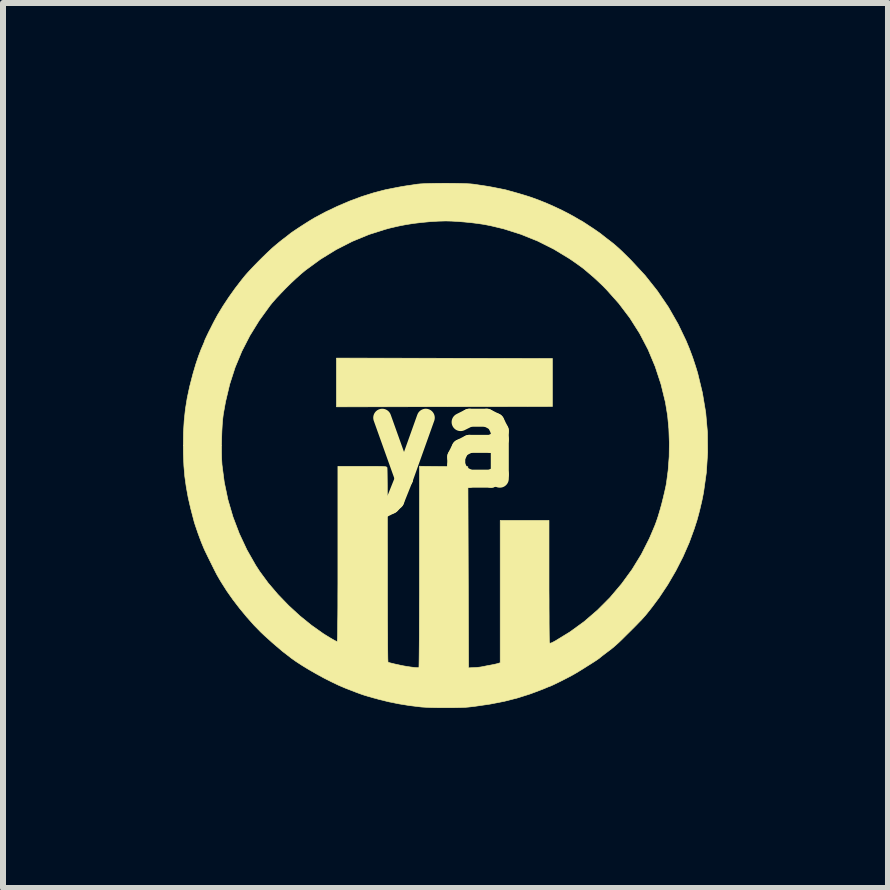
<source format=kicad_pcb>
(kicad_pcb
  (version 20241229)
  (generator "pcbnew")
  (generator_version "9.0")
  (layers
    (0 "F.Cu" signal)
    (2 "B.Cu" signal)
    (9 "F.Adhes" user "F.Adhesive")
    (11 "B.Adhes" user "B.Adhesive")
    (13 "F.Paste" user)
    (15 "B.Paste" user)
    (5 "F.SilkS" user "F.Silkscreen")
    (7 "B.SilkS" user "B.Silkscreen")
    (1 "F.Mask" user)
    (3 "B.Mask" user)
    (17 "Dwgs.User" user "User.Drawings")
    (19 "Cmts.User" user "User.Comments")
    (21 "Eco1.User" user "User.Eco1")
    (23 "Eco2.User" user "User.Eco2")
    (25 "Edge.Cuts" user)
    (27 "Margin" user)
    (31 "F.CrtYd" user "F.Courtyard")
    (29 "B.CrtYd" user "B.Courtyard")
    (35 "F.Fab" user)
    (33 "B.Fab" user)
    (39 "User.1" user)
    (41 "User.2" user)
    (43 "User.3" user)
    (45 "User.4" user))
  (footprint "ya"
    (layer "F.Cu")
    (at 4.373 4.239)
    (property "Reference" "ya" (at 0 0 0) (layer "F.SilkS") (effects (font (size 1.524 1.524) (thickness 0.3))))
    (attr through_hole)
    (fp_poly (pts (xy 1.784 -1.314) (xy 1.784 -0.514) (xy -0.016 -0.511) (xy -1.816 -0.508) (xy -1.816 -1.321) (xy 1.784 -1.314)) (stroke (width 0.01) (type solid)) (fill yes) (layer "F.SilkS"))
    (fp_poly (pts (xy 0.056 -4.234) (xy 0.162 -4.233) (xy 0.261 -4.231) (xy 0.349 -4.228) (xy 0.42 -4.224) (xy 0.47 -4.219) (xy 0.577 -4.203) (xy 0.664 -4.19) (xy 0.737 -4.178) (xy 0.801 -4.166) (xy 0.851 -4.156) (xy 0.902 -4.146) (xy 0.946 -4.137) (xy 0.976 -4.131) (xy 0.978 -4.131) (xy 1.009 -4.124) (xy 1.058 -4.11) (xy 1.121 -4.093) (xy 1.191 -4.073) (xy 1.263 -4.052) (xy 1.333 -4.031) (xy 1.393 -4.012) (xy 1.439 -3.997) (xy 1.441 -3.996) (xy 1.561 -3.952) (xy 1.69 -3.9) (xy 1.823 -3.841) (xy 1.952 -3.78) (xy 2.07 -3.719) (xy 2.172 -3.662) (xy 2.182 -3.656) (xy 2.221 -3.633) (xy 2.252 -3.615) (xy 2.268 -3.607) (xy 2.269 -3.607) (xy 2.281 -3.6) (xy 2.309 -3.582) (xy 2.349 -3.556) (xy 2.397 -3.524) (xy 2.448 -3.491) (xy 2.497 -3.458) (xy 2.54 -3.428) (xy 2.572 -3.406) (xy 2.589 -3.393) (xy 2.591 -3.392) (xy 2.603 -3.382) (xy 2.631 -3.36) (xy 2.67 -3.329) (xy 2.705 -3.302) (xy 2.759 -3.261) (xy 2.806 -3.224) (xy 2.849 -3.187) (xy 2.894 -3.147) (xy 2.944 -3.1) (xy 3.001 -3.044) (xy 3.072 -2.974) (xy 3.105 -2.94) (xy 3.329 -2.698) (xy 3.532 -2.442) (xy 3.716 -2.172) (xy 3.88 -1.885) (xy 4.012 -1.61) (xy 4.067 -1.477) (xy 4.122 -1.33) (xy 4.172 -1.178) (xy 4.205 -1.07) (xy 4.284 -0.742) (xy 4.339 -0.413) (xy 4.368 -0.082) (xy 4.371 0.251) (xy 4.35 0.584) (xy 4.303 0.919) (xy 4.285 1.01) (xy 4.274 1.064) (xy 4.258 1.131) (xy 4.241 1.204) (xy 4.223 1.275) (xy 4.206 1.337) (xy 4.193 1.384) (xy 4.191 1.391) (xy 4.181 1.421) (xy 4.166 1.467) (xy 4.15 1.518) (xy 4.148 1.524) (xy 4.064 1.754) (xy 3.961 1.989) (xy 3.841 2.224) (xy 3.707 2.454) (xy 3.562 2.672) (xy 3.451 2.821) (xy 3.407 2.878) (xy 3.37 2.924) (xy 3.337 2.965) (xy 3.304 3.002) (xy 3.269 3.041) (xy 3.227 3.084) (xy 3.176 3.137) (xy 3.111 3.202) (xy 3.08 3.233) (xy 3.005 3.307) (xy 2.945 3.367) (xy 2.895 3.415) (xy 2.851 3.455) (xy 2.811 3.49) (xy 2.77 3.524) (xy 2.724 3.559) (xy 2.68 3.592) (xy 2.638 3.624) (xy 2.603 3.651) (xy 2.582 3.668) (xy 2.578 3.672) (xy 2.563 3.684) (xy 2.529 3.708) (xy 2.482 3.739) (xy 2.424 3.776) (xy 2.36 3.816) (xy 2.294 3.858) (xy 2.229 3.898) (xy 2.169 3.934) (xy 2.118 3.963) (xy 2.102 3.972) (xy 2.049 4) (xy 1.989 4.031) (xy 1.926 4.063) (xy 1.865 4.093) (xy 1.811 4.119) (xy 1.768 4.139) (xy 1.74 4.151) (xy 1.732 4.153) (xy 1.718 4.158) (xy 1.69 4.17) (xy 1.673 4.177) (xy 1.64 4.191) (xy 1.599 4.207) (xy 1.547 4.227) (xy 1.48 4.252) (xy 1.407 4.279) (xy 1.205 4.343) (xy 0.982 4.4) (xy 0.741 4.447) (xy 0.486 4.484) (xy 0.391 4.495) (xy 0.333 4.5) (xy 0.255 4.503) (xy 0.163 4.505) (xy 0.061 4.506) (xy -0.045 4.506) (xy -0.148 4.505) (xy -0.245 4.503) (xy -0.329 4.499) (xy -0.395 4.495) (xy -0.413 4.493) (xy -0.602 4.47) (xy -0.774 4.442) (xy -0.939 4.409) (xy -1.106 4.368) (xy -1.194 4.344) (xy -1.245 4.329) (xy -1.292 4.316) (xy -1.325 4.306) (xy -1.327 4.306) (xy -1.364 4.294) (xy -1.419 4.275) (xy -1.487 4.25) (xy -1.564 4.22) (xy -1.645 4.189) (xy -1.67 4.179) (xy -1.778 4.133) (xy -1.897 4.076) (xy -2.022 4.013) (xy -2.148 3.944) (xy -2.272 3.873) (xy -2.387 3.803) (xy -2.49 3.736) (xy -2.576 3.675) (xy -2.604 3.652) (xy -2.637 3.627) (xy -2.674 3.598) (xy -2.68 3.594) (xy -2.716 3.566) (xy -2.765 3.524) (xy -2.824 3.474) (xy -2.888 3.419) (xy -2.951 3.362) (xy -3.01 3.309) (xy -3.059 3.263) (xy -3.074 3.249) (xy -3.19 3.13) (xy -3.309 2.996) (xy -3.428 2.852) (xy -3.541 2.705) (xy -3.643 2.56) (xy -3.73 2.423) (xy -3.74 2.407) (xy -3.766 2.364) (xy -3.789 2.323) (xy -3.8 2.305) (xy -3.813 2.281) (xy -3.834 2.24) (xy -3.862 2.185) (xy -3.893 2.122) (xy -3.926 2.056) (xy -3.958 1.991) (xy -3.986 1.933) (xy -4.009 1.886) (xy -4.023 1.854) (xy -4.026 1.848) (xy -4.038 1.819) (xy -4.053 1.782) (xy -4.055 1.778) (xy -4.073 1.733) (xy -4.096 1.672) (xy -4.122 1.601) (xy -4.147 1.528) (xy -4.17 1.461) (xy -4.187 1.407) (xy -4.191 1.391) (xy -4.244 1.188) (xy -4.287 1.001) (xy -4.319 0.824) (xy -4.343 0.652) (xy -4.358 0.477) (xy -4.366 0.293) (xy -4.367 0.247) (xy -3.731 0.247) (xy -3.729 0.352) (xy -3.724 0.441) (xy -3.723 0.457) (xy -3.685 0.749) (xy -3.624 1.041) (xy -3.54 1.327) (xy -3.434 1.606) (xy -3.308 1.875) (xy -3.163 2.13) (xy -3.095 2.235) (xy -2.954 2.427) (xy -2.792 2.617) (xy -2.615 2.801) (xy -2.427 2.974) (xy -2.232 3.132) (xy -2.036 3.271) (xy -1.99 3.3) (xy -1.916 3.345) (xy -1.861 3.377) (xy -1.825 3.396) (xy -1.804 3.404) (xy -1.803 3.404) (xy -1.801 3.391) (xy -1.799 3.353) (xy -1.797 3.292) (xy -1.796 3.206) (xy -1.795 3.097) (xy -1.793 2.965) (xy -1.792 2.81) (xy -1.792 2.634) (xy -1.791 2.437) (xy -1.791 2.218) (xy -1.791 1.979) (xy -1.791 1.943) (xy -1.791 0.483) (xy -1.386 0.483) (xy -1.273 0.483) (xy -1.182 0.483) (xy -1.112 0.484) (xy -1.06 0.485) (xy -1.023 0.487) (xy -0.998 0.49) (xy -0.983 0.494) (xy -0.975 0.499) (xy -0.973 0.503) (xy -0.972 0.518) (xy -0.971 0.557) (xy -0.97 0.618) (xy -0.969 0.7) (xy -0.968 0.802) (xy -0.968 0.921) (xy -0.967 1.056) (xy -0.967 1.206) (xy -0.966 1.368) (xy -0.966 1.543) (xy -0.966 1.727) (xy -0.965 1.92) (xy -0.965 2.12) (xy -0.965 2.131) (xy -0.965 2.331) (xy -0.965 2.524) (xy -0.965 2.708) (xy -0.964 2.883) (xy -0.964 3.045) (xy -0.963 3.195) (xy -0.962 3.33) (xy -0.962 3.448) (xy -0.961 3.549) (xy -0.96 3.631) (xy -0.959 3.692) (xy -0.957 3.731) (xy -0.956 3.746) (xy -0.956 3.746) (xy -0.947 3.751) (xy -0.928 3.757) (xy -0.896 3.765) (xy -0.847 3.777) (xy -0.778 3.792) (xy -0.756 3.797) (xy -0.697 3.809) (xy -0.633 3.82) (xy -0.571 3.829) (xy -0.515 3.836) (xy -0.471 3.839) (xy -0.445 3.839) (xy -0.441 3.838) (xy -0.44 3.825) (xy -0.439 3.788) (xy -0.438 3.729) (xy -0.437 3.649) (xy -0.436 3.549) (xy -0.435 3.431) (xy -0.434 3.297) (xy -0.434 3.148) (xy -0.433 2.985) (xy -0.433 2.81) (xy -0.432 2.625) (xy -0.432 2.431) (xy -0.432 2.229) (xy -0.432 2.158) (xy -0.432 0.482) (xy -0.029 0.486) (xy 0.375 0.489) (xy 0.387 3.842) (xy 0.47 3.838) (xy 0.525 3.835) (xy 0.579 3.829) (xy 0.61 3.824) (xy 0.654 3.815) (xy 0.709 3.804) (xy 0.749 3.797) (xy 0.8 3.787) (xy 0.846 3.777) (xy 0.873 3.77) (xy 0.914 3.757) (xy 0.914 1.384) (xy 1.727 1.384) (xy 1.727 2.393) (xy 1.727 2.551) (xy 1.728 2.702) (xy 1.728 2.844) (xy 1.729 2.975) (xy 1.729 3.093) (xy 1.73 3.196) (xy 1.731 3.282) (xy 1.732 3.349) (xy 1.733 3.396) (xy 1.735 3.419) (xy 1.735 3.422) (xy 1.742 3.431) (xy 1.756 3.43) (xy 1.783 3.419) (xy 1.826 3.396) (xy 1.827 3.396) (xy 2.075 3.244) (xy 2.312 3.072) (xy 2.536 2.879) (xy 2.745 2.669) (xy 2.937 2.442) (xy 3.112 2.202) (xy 3.267 1.949) (xy 3.4 1.686) (xy 3.468 1.527) (xy 3.483 1.491) (xy 3.492 1.47) (xy 3.516 1.406) (xy 3.544 1.323) (xy 3.573 1.226) (xy 3.603 1.12) (xy 3.63 1.012) (xy 3.655 0.907) (xy 3.676 0.811) (xy 3.685 0.762) (xy 3.713 0.549) (xy 3.73 0.323) (xy 3.733 0.091) (xy 3.725 -0.139) (xy 3.704 -0.362) (xy 3.67 -0.569) (xy 3.669 -0.578) (xy 3.594 -0.885) (xy 3.497 -1.18) (xy 3.379 -1.462) (xy 3.238 -1.732) (xy 3.075 -1.989) (xy 2.89 -2.233) (xy 2.683 -2.465) (xy 2.68 -2.468) (xy 2.622 -2.527) (xy 2.558 -2.588) (xy 2.497 -2.645) (xy 2.444 -2.692) (xy 2.438 -2.697) (xy 2.394 -2.734) (xy 2.358 -2.765) (xy 2.333 -2.786) (xy 2.324 -2.794) (xy 2.305 -2.81) (xy 2.269 -2.837) (xy 2.222 -2.871) (xy 2.169 -2.909) (xy 2.113 -2.948) (xy 2.064 -2.981) (xy 1.808 -3.136) (xy 1.539 -3.271) (xy 1.259 -3.384) (xy 0.972 -3.475) (xy 0.794 -3.518) (xy 0.75 -3.528) (xy 0.709 -3.536) (xy 0.705 -3.537) (xy 0.63 -3.551) (xy 0.535 -3.565) (xy 0.429 -3.578) (xy 0.317 -3.589) (xy 0.206 -3.598) (xy 0.102 -3.604) (xy 0.012 -3.606) (xy 0 -3.606) (xy -0.117 -3.603) (xy -0.249 -3.595) (xy -0.388 -3.582) (xy -0.525 -3.566) (xy -0.652 -3.546) (xy -0.737 -3.53) (xy -0.804 -3.516) (xy -0.855 -3.504) (xy -0.898 -3.494) (xy -0.94 -3.484) (xy -0.989 -3.47) (xy -0.991 -3.47) (xy -1.272 -3.381) (xy -1.549 -3.267) (xy -1.818 -3.13) (xy -2.08 -2.969) (xy -2.332 -2.785) (xy -2.338 -2.78) (xy -2.407 -2.723) (xy -2.487 -2.651) (xy -2.573 -2.571) (xy -2.66 -2.485) (xy -2.744 -2.398) (xy -2.821 -2.316) (xy -2.886 -2.242) (xy -2.923 -2.196) (xy -3.103 -1.947) (xy -3.259 -1.694) (xy -3.392 -1.435) (xy -3.504 -1.166) (xy -3.594 -0.887) (xy -3.664 -0.593) (xy -3.702 -0.381) (xy -3.711 -0.305) (xy -3.719 -0.21) (xy -3.725 -0.102) (xy -3.729 0.015) (xy -3.731 0.133) (xy -3.731 0.247) (xy -4.367 0.247) (xy -4.368 0.133) (xy -4.365 -0.081) (xy -4.353 -0.279) (xy -4.333 -0.468) (xy -4.303 -0.654) (xy -4.262 -0.846) (xy -4.209 -1.051) (xy -4.201 -1.079) (xy -4.158 -1.224) (xy -4.115 -1.352) (xy -4.07 -1.47) (xy -4.037 -1.546) (xy -4.023 -1.579) (xy -4.014 -1.602) (xy -4.013 -1.607) (xy -4.008 -1.622) (xy -3.992 -1.656) (xy -3.97 -1.703) (xy -3.942 -1.761) (xy -3.91 -1.823) (xy -3.878 -1.887) (xy -3.847 -1.947) (xy -3.818 -2) (xy -3.796 -2.041) (xy -3.795 -2.042) (xy -3.709 -2.184) (xy -3.61 -2.334) (xy -3.504 -2.483) (xy -3.397 -2.622) (xy -3.334 -2.7) (xy -3.296 -2.743) (xy -3.245 -2.798) (xy -3.185 -2.861) (xy -3.12 -2.928) (xy -3.053 -2.995) (xy -2.989 -3.057) (xy -2.931 -3.112) (xy -2.885 -3.155) (xy -2.862 -3.175) (xy -2.824 -3.207) (xy -2.791 -3.234) (xy -2.771 -3.251) (xy -2.75 -3.268) (xy -2.716 -3.295) (xy -2.676 -3.325) (xy -2.673 -3.327) (xy -2.636 -3.356) (xy -2.607 -3.379) (xy -2.591 -3.391) (xy -2.591 -3.392) (xy -2.576 -3.404) (xy -2.544 -3.426) (xy -2.498 -3.457) (xy -2.444 -3.493) (xy -2.384 -3.532) (xy -2.323 -3.571) (xy -2.266 -3.607) (xy -2.216 -3.637) (xy -2.178 -3.66) (xy -1.994 -3.758) (xy -1.799 -3.851) (xy -1.597 -3.937) (xy -1.396 -4.012) (xy -1.2 -4.074) (xy -1.017 -4.122) (xy -0.991 -4.128) (xy -0.901 -4.146) (xy -0.82 -4.162) (xy -0.741 -4.177) (xy -0.657 -4.191) (xy -0.56 -4.205) (xy -0.47 -4.219) (xy -0.419 -4.224) (xy -0.347 -4.228) (xy -0.259 -4.231) (xy -0.159 -4.233) (xy -0.053 -4.234) (xy 0.056 -4.234)) (stroke (width 0.01) (type solid)) (fill yes) (layer "F.SilkS")))
  (gr_rect
    (start -3 -3)
    (end 11.75 11.75)
    (stroke (width 0.1) (type default))
    (fill no)
    (layer "Edge.Cuts")))
</source>
